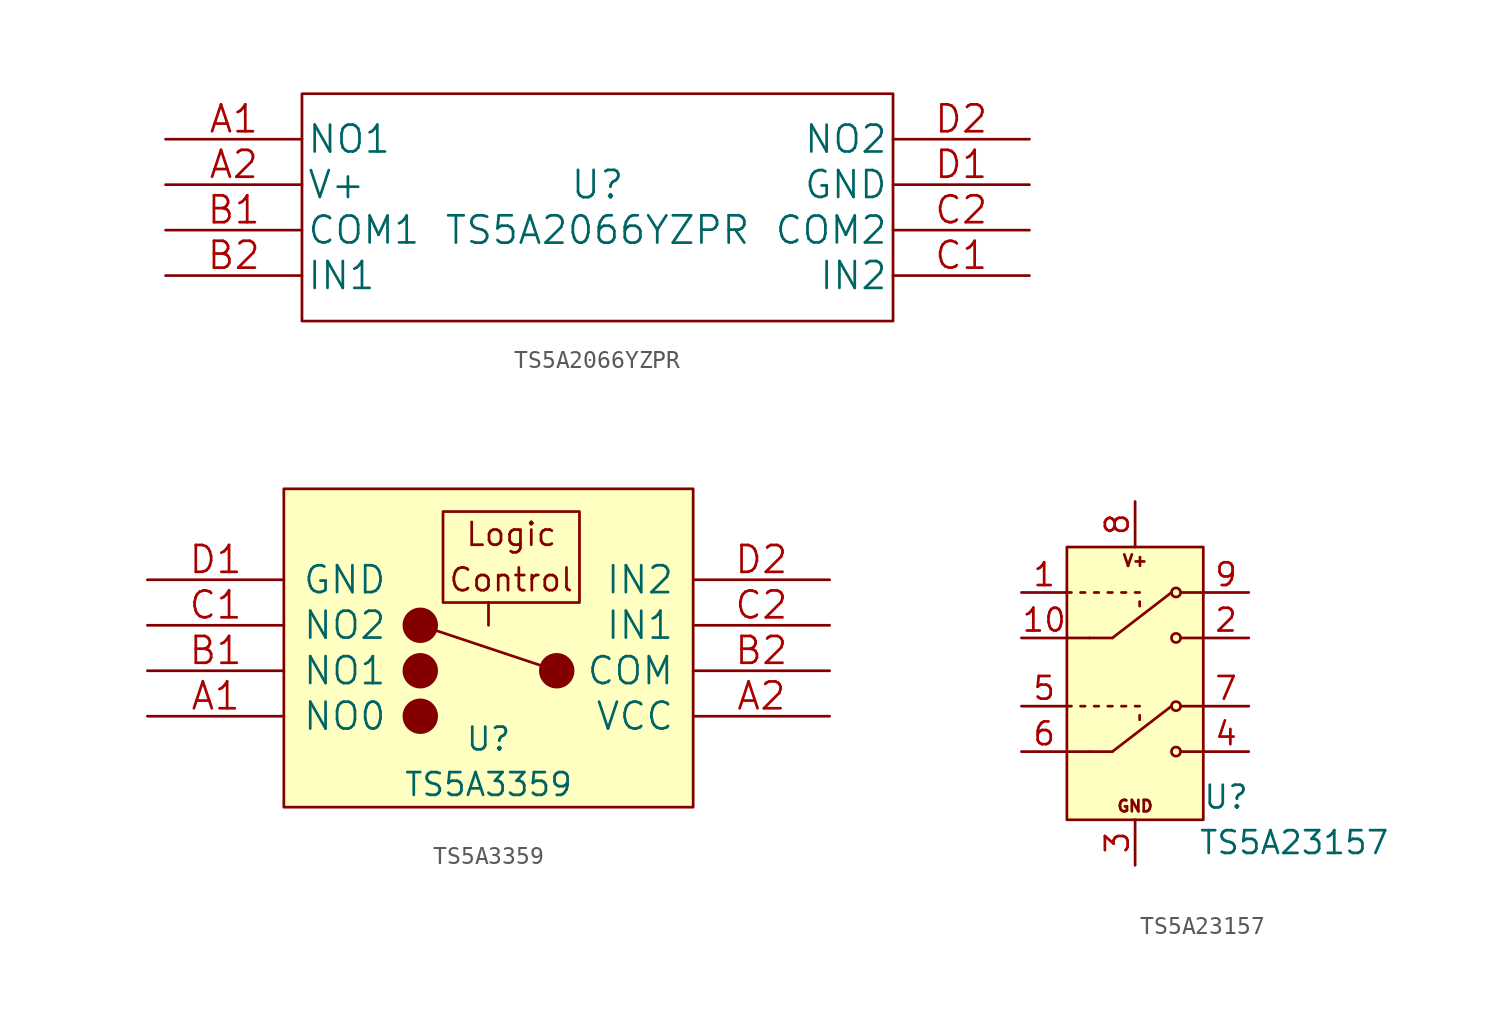
<source format=kicad_sym>
(kicad_symbol_lib
  (version 20220914)
  (generator kicad_symbol_editor)
  (symbol "TS5A2066YZPR"
    (pin_names
      (offset 0.254))
    (property "Reference" "U"
      (at 0 1.27 0)
      (effects (font (size 1.524 1.524))))
    (property "Value" "TS5A2066YZPR"
      (at 0 -1.27 0)
      (effects (font (size 1.524 1.524))))
    (property "Datasheet" ""
      (at -24.13 3.81 0)
      (effects (font (size 1.524 1.524))))
    (symbol "TS5A2066YZPR_1_1"
      (rectangle (start -16.51 6.35) (end 16.51 -6.35) (stroke (width 0) (type solid)) (fill (type none)))
      (pin output line (at -24.13 3.81 0) (length 7.62) (name "NO1" (effects (font (size 1.499 1.499)))) (number "A1" (effects (font (size 1.499 1.499)))))
      (pin power_in line (at -24.13 1.27 0) (length 7.62) (name "V+" (effects (font (size 1.499 1.499)))) (number "A2" (effects (font (size 1.499 1.499)))))
      (pin unspecified line (at -24.13 -1.27 0) (length 7.62) (name "COM1" (effects (font (size 1.499 1.499)))) (number "B1" (effects (font (size 1.499 1.499)))))
      (pin input line (at -24.13 -3.81 0) (length 7.62) (name "IN1" (effects (font (size 1.499 1.499)))) (number "B2" (effects (font (size 1.499 1.499)))))
      (pin input line (at 24.13 -3.81 180) (length 7.62) (name "IN2" (effects (font (size 1.499 1.499)))) (number "C1" (effects (font (size 1.499 1.499)))))
      (pin unspecified line (at 24.13 -1.27 180) (length 7.62) (name "COM2" (effects (font (size 1.499 1.499)))) (number "C2" (effects (font (size 1.499 1.499)))))
      (pin power_in line (at 24.13 1.27 180) (length 7.62) (name "GND" (effects (font (size 1.499 1.499)))) (number "D1" (effects (font (size 1.499 1.499)))))
      (pin output line (at 24.13 3.81 180) (length 7.62) (name "NO2" (effects (font (size 1.499 1.499)))) (number "D2" (effects (font (size 1.499 1.499)))))))
  (symbol "TS5A3359"
    (pin_names
      (offset 1.016))
    (property "Reference" "U"
      (at 0 -5.08 0)
      (effects (font (size 1.27 1.27))))
    (property "Value" "TS5A3359"
      (at 0 -7.62 0)
      (effects (font (size 1.27 1.27))))
    (symbol "TS5A3359_0_0"
      (rectangle (start -11.43 8.89) (end 11.43 -8.89) (stroke (width 0) (type solid)) (fill (type background)))
      (circle (center -3.81 -3.81) (radius 0.0001) (stroke (width 0.991) (type solid)) (fill (type none)))
      (circle (center -3.81 -1.27) (radius 0.0001) (stroke (width 0.991) (type solid)) (fill (type none)))
      (circle (center -3.81 1.27) (radius 0.0001) (stroke (width 0.991) (type solid)) (fill (type none)))
      (rectangle (start -2.54 7.62) (end 5.08 2.54) (stroke (width 0) (type solid)) (fill (type none)))
      (polyline (pts (xy 0 2.54) (xy 0 1.27)) (stroke (width 0) (type solid)) (fill (type none)))
      (circle (center 3.81 -1.27) (radius 0.0001) (stroke (width 0) (type solid)) (fill (type none)))
      (circle (center 3.81 -1.27) (radius 0.0001) (stroke (width 0.991) (type solid)) (fill (type none)))
      (text "Control" (at 1.27 3.81 0) (effects (font (size 1.27 1.27))))
      (text "Logic" (at 1.27 6.35 0) (effects (font (size 1.27 1.27)))))
    (symbol "TS5A3359_0_1"
      (polyline (pts (xy 3.81 -1.27) (xy -3.81 1.27)) (stroke (width 0) (type solid)) (fill (type none))))
    (symbol "TS5A3359_1_1"
      (pin bidirectional line (at -19.05 -3.81 0) (length 7.62) (name "NO0" (effects (font (size 1.499 1.499)))) (number "A1" (effects (font (size 1.499 1.499)))))
      (pin power_in line (at 19.05 -3.81 180) (length 7.62) (name "VCC" (effects (font (size 1.499 1.499)))) (number "A2" (effects (font (size 1.499 1.499)))))
      (pin bidirectional line (at -19.05 -1.27 0) (length 7.62) (name "NO1" (effects (font (size 1.499 1.499)))) (number "B1" (effects (font (size 1.499 1.499)))))
      (pin bidirectional line (at 19.05 -1.27 180) (length 7.62) (name "COM" (effects (font (size 1.499 1.499)))) (number "B2" (effects (font (size 1.499 1.499)))))
      (pin bidirectional line (at -19.05 1.27 0) (length 7.62) (name "NO2" (effects (font (size 1.499 1.499)))) (number "C1" (effects (font (size 1.499 1.499)))))
      (pin input line (at 19.05 1.27 180) (length 7.62) (name "IN1" (effects (font (size 1.499 1.499)))) (number "C2" (effects (font (size 1.499 1.499)))))
      (pin power_in line (at -19.05 3.81 0) (length 7.62) (name "GND" (effects (font (size 1.499 1.499)))) (number "D1" (effects (font (size 1.499 1.499)))))
      (pin input line (at 19.05 3.81 180) (length 7.62) (name "IN2" (effects (font (size 1.499 1.499)))) (number "D2" (effects (font (size 1.499 1.499)))))))
  (symbol "TS5A23157"
    (pin_names
      (offset 1.016))
    (property "Reference" "U"
      (at 5.08 -6.35 0)
      (effects (font (size 1.27 1.27))))
    (property "Value" "TS5A23157"
      (at 8.89 -8.89 0)
      (effects (font (size 1.27 1.27))))
    (symbol "TS5A23157_0_0"
      (rectangle (start 3.81 -7.62) (end -3.81 7.62) (stroke (width 0) (type solid)) (fill (type background)))
      (text "GND" (at 0 -6.858 0) (effects (font (size 0.635 0.635))))
      (text "V+" (at 0 6.858 0) (effects (font (size 0.635 0.635)))))
    (symbol "TS5A23157_0_1"
      (polyline (pts (xy -3.81 5.08) (xy -3.556 5.08)) (stroke (width 0) (type solid)) (fill (type none)))
      (polyline (pts (xy -3.048 5.08) (xy -2.794 5.08)) (stroke (width 0) (type solid)) (fill (type none)))
      (polyline (pts (xy -2.54 2.54) (xy -3.81 2.54)) (stroke (width 0) (type solid)) (fill (type none)))
      (polyline (pts (xy -2.286 5.08) (xy -2.032 5.08)) (stroke (width 0) (type solid)) (fill (type none)))
      (polyline (pts (xy -1.27 2.54) (xy -2.54 2.54)) (stroke (width 0) (type solid)) (fill (type none)))
      (polyline (pts (xy -1.27 2.54) (xy 2.032 5.08)) (stroke (width 0) (type solid)) (fill (type none)))
      (polyline (pts (xy 2.54 2.54) (xy 3.81 2.54)) (stroke (width 0) (type solid)) (fill (type none)))
      (polyline (pts (xy 3.81 5.08) (xy 2.54 5.08)) (stroke (width 0) (type solid)) (fill (type none)))
      (circle (center 2.286 2.54) (radius 0.254) (stroke (width 0) (type solid)) (fill (type none)))
      (circle (center 2.286 5.08) (radius 0.254) (stroke (width 0) (type solid)) (fill (type none))))
    (symbol "TS5A23157_1_1"
      (polyline (pts (xy -3.81 -1.27) (xy -3.556 -1.27)) (stroke (width 0) (type solid)) (fill (type none)))
      (polyline (pts (xy -3.048 -1.27) (xy -2.794 -1.27)) (stroke (width 0) (type solid)) (fill (type none)))
      (polyline (pts (xy -2.54 -3.81) (xy -3.81 -3.81)) (stroke (width 0) (type solid)) (fill (type none)))
      (polyline (pts (xy -2.286 -1.27) (xy -2.032 -1.27)) (stroke (width 0) (type solid)) (fill (type none)))
      (polyline (pts (xy -1.524 -1.27) (xy -1.27 -1.27)) (stroke (width 0) (type solid)) (fill (type none)))
      (polyline (pts (xy -1.524 5.08) (xy -1.27 5.08)) (stroke (width 0) (type solid)) (fill (type none)))
      (polyline (pts (xy -1.27 -3.81) (xy -2.54 -3.81)) (stroke (width 0) (type solid)) (fill (type none)))
      (polyline (pts (xy -1.27 -3.81) (xy 2.032 -1.27)) (stroke (width 0) (type solid)) (fill (type none)))
      (polyline (pts (xy -0.762 -1.27) (xy -0.508 -1.27)) (stroke (width 0) (type solid)) (fill (type none)))
      (polyline (pts (xy -0.762 5.08) (xy -0.508 5.08)) (stroke (width 0) (type solid)) (fill (type none)))
      (polyline (pts (xy 0 -1.27) (xy 0.254 -1.27)) (stroke (width 0) (type solid)) (fill (type none)))
      (polyline (pts (xy 0 5.08) (xy 0.254 5.08)) (stroke (width 0) (type solid)) (fill (type none)))
      (polyline (pts (xy 0.254 -1.778) (xy 0.254 -2.032)) (stroke (width 0) (type solid)) (fill (type none)))
      (polyline (pts (xy 0.254 4.572) (xy 0.254 4.318)) (stroke (width 0) (type solid)) (fill (type none)))
      (polyline (pts (xy 2.54 -3.81) (xy 3.81 -3.81)) (stroke (width 0) (type solid)) (fill (type none)))
      (polyline (pts (xy 3.81 -1.27) (xy 2.54 -1.27)) (stroke (width 0) (type solid)) (fill (type none)))
      (circle (center 2.286 -3.81) (radius 0.254) (stroke (width 0) (type solid)) (fill (type none)))
      (circle (center 2.286 -1.27) (radius 0.254) (stroke (width 0) (type solid)) (fill (type none)))
      (pin input line (at -6.35 5.08 0) (length 2.54) (name "IN1" (effects (font (size 0 0)))) (number "1" (effects (font (size 1.27 1.27)))))
      (pin bidirectional line (at -6.35 2.54 0) (length 2.54) (name "COM1" (effects (font (size 0 0)))) (number "10" (effects (font (size 1.27 1.27)))))
      (pin bidirectional line (at 6.35 2.54 180) (length 2.54) (name "NO1" (effects (font (size 0 0)))) (number "2" (effects (font (size 1.27 1.27)))))
      (pin power_in line (at 0 -10.16 90) (length 2.54) (name "GND" (effects (font (size 0 0)))) (number "3" (effects (font (size 1.27 1.27)))))
      (pin bidirectional line (at 6.35 -3.81 180) (length 2.54) (name "NO2" (effects (font (size 0 0)))) (number "4" (effects (font (size 1.27 1.27)))))
      (pin input line (at -6.35 -1.27 0) (length 2.54) (name "IN2" (effects (font (size 0 0)))) (number "5" (effects (font (size 1.27 1.27)))))
      (pin bidirectional line (at -6.35 -3.81 0) (length 2.54) (name "COM2" (effects (font (size 0 0)))) (number "6" (effects (font (size 1.27 1.27)))))
      (pin bidirectional line (at 6.35 -1.27 180) (length 2.54) (name "NC2" (effects (font (size 0 0)))) (number "7" (effects (font (size 1.27 1.27)))))
      (pin power_in line (at 0 10.16 270) (length 2.54) (name "V+" (effects (font (size 0 0)))) (number "8" (effects (font (size 1.27 1.27)))))
      (pin bidirectional line (at 6.35 5.08 180) (length 2.54) (name "NC1" (effects (font (size 0 0)))) (number "9" (effects (font (size 1.27 1.27))))))))
</source>
